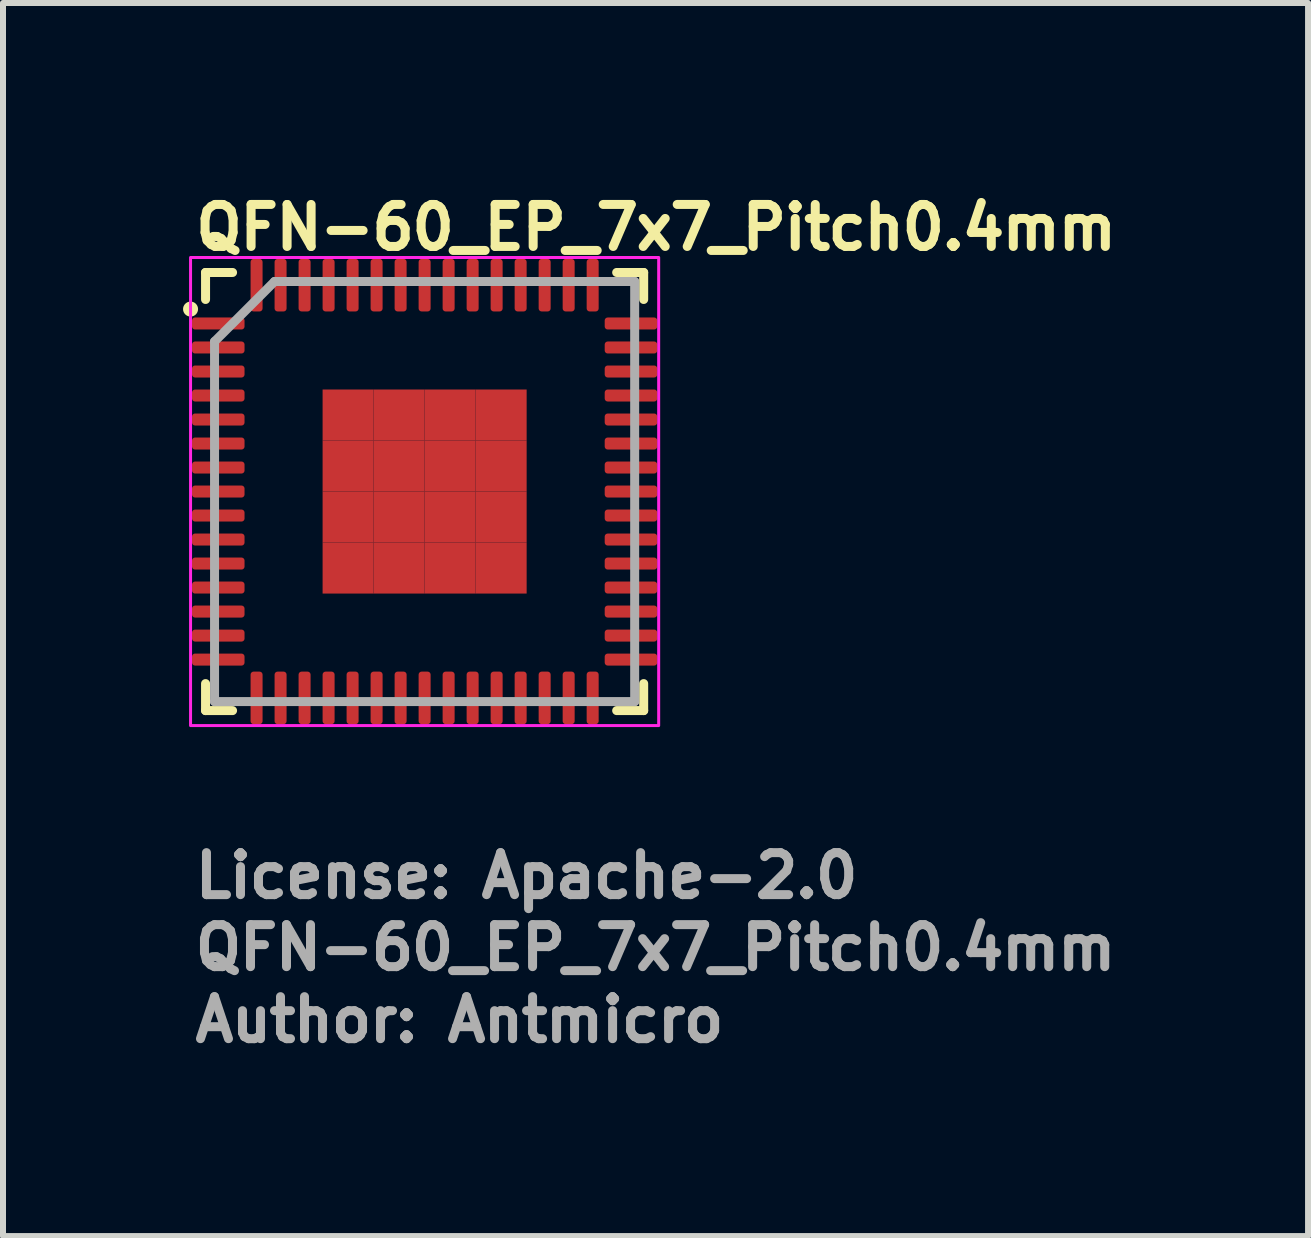
<source format=kicad_pcb>
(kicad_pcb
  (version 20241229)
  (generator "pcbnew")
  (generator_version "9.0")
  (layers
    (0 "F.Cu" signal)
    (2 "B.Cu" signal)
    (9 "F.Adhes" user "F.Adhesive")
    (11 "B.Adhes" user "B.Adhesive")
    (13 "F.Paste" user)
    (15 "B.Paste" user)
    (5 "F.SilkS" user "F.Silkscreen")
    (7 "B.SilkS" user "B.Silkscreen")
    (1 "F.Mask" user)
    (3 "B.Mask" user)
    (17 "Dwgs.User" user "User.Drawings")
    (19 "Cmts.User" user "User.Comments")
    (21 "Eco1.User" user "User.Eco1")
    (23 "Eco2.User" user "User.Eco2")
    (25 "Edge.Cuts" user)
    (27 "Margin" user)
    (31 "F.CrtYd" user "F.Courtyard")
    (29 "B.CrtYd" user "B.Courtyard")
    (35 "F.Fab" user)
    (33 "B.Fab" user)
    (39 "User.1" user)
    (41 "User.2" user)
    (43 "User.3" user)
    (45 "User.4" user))
  (footprint "QFN-60_EP_7x7_Pitch0.4mm"
    (layer "F.Cu")
    (at 4.025 5.14)
    (property "Reference" "QFN-60_EP_7x7_Pitch0.4mm" (at -3.89 -3.99 0) (layer "F.SilkS") (effects (font (size 0.7 0.7) (thickness 0.15)) (justify left bottom)))
    (attr smd)
    (fp_line (start -3.65 -3.65) (end -3.2 -3.65) (stroke (width 0.15) (type solid)) (layer "F.SilkS"))
    (fp_line (start -3.65 -3.2) (end -3.65 -3.65) (stroke (width 0.15) (type solid)) (layer "F.SilkS"))
    (fp_line (start -3.65 3.65) (end -3.65 3.2) (stroke (width 0.15) (type solid)) (layer "F.SilkS"))
    (fp_line (start -3.2 3.65) (end -3.65 3.65) (stroke (width 0.15) (type solid)) (layer "F.SilkS"))
    (fp_line (start 3.2 -3.65) (end 3.65 -3.65) (stroke (width 0.15) (type solid)) (layer "F.SilkS"))
    (fp_line (start 3.2 3.65) (end 3.65 3.65) (stroke (width 0.15) (type solid)) (layer "F.SilkS"))
    (fp_line (start 3.65 -3.65) (end 3.65 -3.2) (stroke (width 0.15) (type solid)) (layer "F.SilkS"))
    (fp_line (start 3.65 3.65) (end 3.65 3.2) (stroke (width 0.15) (type solid)) (layer "F.SilkS"))
    (fp_circle (center -3.9 -3.04) (end -3.85 -3.04) (stroke (width 0.15) (type solid)) (fill yes) (layer "F.SilkS"))
    (fp_rect (start -3.9 -3.9) (end 3.9 3.9) (stroke (width 0.05) (type solid)) (fill no) (layer "F.CrtYd"))
    (fp_line (start -3.5 -2.5) (end -3.5 3.5) (stroke (width 0.15) (type solid)) (layer "F.Fab"))
    (fp_line (start -3.5 3.5) (end 3.5 3.5) (stroke (width 0.15) (type solid)) (layer "F.Fab"))
    (fp_line (start -2.5 -3.5) (end -3.5 -2.5) (stroke (width 0.15) (type solid)) (layer "F.Fab"))
    (fp_line (start 3.5 -3.5) (end -2.5 -3.5) (stroke (width 0.15) (type solid)) (layer "F.Fab"))
    (fp_line (start 3.5 3.5) (end 3.5 -3.5) (stroke (width 0.15) (type solid)) (layer "F.Fab"))
    (fp_rect (start -3.5 -3.5) (end 3.5 3.5) (stroke (width 0.1) (type solid)) (fill no) (layer "User.5"))
    (fp_line (start -3.5 -2.9) (end -3.5 -2.7) (stroke (width 0.02) (type solid)) (layer "User.9"))
    (fp_line (start -3.5 -2.7) (end -3.49 -2.7) (stroke (width 0.02) (type solid)) (layer "User.9"))
    (fp_line (start -3.5 -2.5) (end -3.5 -2.3) (stroke (width 0.02) (type solid)) (layer "User.9"))
    (fp_line (start -3.5 -2.3) (end -3.49 -2.3) (stroke (width 0.02) (type solid)) (layer "User.9"))
    (fp_line (start -3.5 -2.1) (end -3.5 -1.9) (stroke (width 0.02) (type solid)) (layer "User.9"))
    (fp_line (start -3.5 -1.9) (end -3.49 -1.9) (stroke (width 0.02) (type solid)) (layer "User.9"))
    (fp_line (start -3.5 -1.7) (end -3.5 -1.5) (stroke (width 0.02) (type solid)) (layer "User.9"))
    (fp_line (start -3.5 -1.5) (end -3.49 -1.5) (stroke (width 0.02) (type solid)) (layer "User.9"))
    (fp_line (start -3.5 -1.3) (end -3.5 -1.1) (stroke (width 0.02) (type solid)) (layer "User.9"))
    (fp_line (start -3.5 -1.1) (end -3.49 -1.1) (stroke (width 0.02) (type solid)) (layer "User.9"))
    (fp_line (start -3.5 -0.9) (end -3.5 -0.7) (stroke (width 0.02) (type solid)) (layer "User.9"))
    (fp_line (start -3.5 -0.7) (end -3.49 -0.7) (stroke (width 0.02) (type solid)) (layer "User.9"))
    (fp_line (start -3.5 -0.5) (end -3.5 -0.3) (stroke (width 0.02) (type solid)) (layer "User.9"))
    (fp_line (start -3.5 -0.3) (end -3.49 -0.3) (stroke (width 0.02) (type solid)) (layer "User.9"))
    (fp_line (start -3.5 -0.1) (end -3.5 0.1) (stroke (width 0.02) (type solid)) (layer "User.9"))
    (fp_line (start -3.5 0.1) (end -3.49 0.1) (stroke (width 0.02) (type solid)) (layer "User.9"))
    (fp_line (start -3.5 0.3) (end -3.5 0.5) (stroke (width 0.02) (type solid)) (layer "User.9"))
    (fp_line (start -3.5 0.5) (end -3.49 0.5) (stroke (width 0.02) (type solid)) (layer "User.9"))
    (fp_line (start -3.5 0.7) (end -3.5 0.9) (stroke (width 0.02) (type solid)) (layer "User.9"))
    (fp_line (start -3.5 0.9) (end -3.49 0.9) (stroke (width 0.02) (type solid)) (layer "User.9"))
    (fp_line (start -3.5 1.1) (end -3.5 1.3) (stroke (width 0.02) (type solid)) (layer "User.9"))
    (fp_line (start -3.5 1.3) (end -3.49 1.3) (stroke (width 0.02) (type solid)) (layer "User.9"))
    (fp_line (start -3.5 1.5) (end -3.5 1.7) (stroke (width 0.02) (type solid)) (layer "User.9"))
    (fp_line (start -3.5 1.7) (end -3.49 1.7) (stroke (width 0.02) (type solid)) (layer "User.9"))
    (fp_line (start -3.5 1.9) (end -3.5 2.1) (stroke (width 0.02) (type solid)) (layer "User.9"))
    (fp_line (start -3.5 2.1) (end -3.49 2.1) (stroke (width 0.02) (type solid)) (layer "User.9"))
    (fp_line (start -3.5 2.3) (end -3.5 2.5) (stroke (width 0.02) (type solid)) (layer "User.9"))
    (fp_line (start -3.5 2.5) (end -3.49 2.5) (stroke (width 0.02) (type solid)) (layer "User.9"))
    (fp_line (start -3.5 2.7) (end -3.5 2.9) (stroke (width 0.02) (type solid)) (layer "User.9"))
    (fp_line (start -3.5 2.9) (end -3.49 2.9) (stroke (width 0.02) (type solid)) (layer "User.9"))
    (fp_line (start -3.49 -3.49) (end -3.49 3.49) (stroke (width 0.02) (type solid)) (layer "User.9"))
    (fp_line (start -3.49 -3.49) (end 3.49 -3.49) (stroke (width 0.02) (type solid)) (layer "User.9"))
    (fp_line (start -3.49 -2.9) (end -3.5 -2.9) (stroke (width 0.02) (type solid)) (layer "User.9"))
    (fp_line (start -3.49 -2.5) (end -3.5 -2.5) (stroke (width 0.02) (type solid)) (layer "User.9"))
    (fp_line (start -3.49 -2.1) (end -3.5 -2.1) (stroke (width 0.02) (type solid)) (layer "User.9"))
    (fp_line (start -3.49 -1.7) (end -3.5 -1.7) (stroke (width 0.02) (type solid)) (layer "User.9"))
    (fp_line (start -3.49 -1.3) (end -3.5 -1.3) (stroke (width 0.02) (type solid)) (layer "User.9"))
    (fp_line (start -3.49 -0.9) (end -3.5 -0.9) (stroke (width 0.02) (type solid)) (layer "User.9"))
    (fp_line (start -3.49 -0.5) (end -3.5 -0.5) (stroke (width 0.02) (type solid)) (layer "User.9"))
    (fp_line (start -3.49 -0.1) (end -3.5 -0.1) (stroke (width 0.02) (type solid)) (layer "User.9"))
    (fp_line (start -3.49 0.3) (end -3.5 0.3) (stroke (width 0.02) (type solid)) (layer "User.9"))
    (fp_line (start -3.49 0.7) (end -3.5 0.7) (stroke (width 0.02) (type solid)) (layer "User.9"))
    (fp_line (start -3.49 1.1) (end -3.5 1.1) (stroke (width 0.02) (type solid)) (layer "User.9"))
    (fp_line (start -3.49 1.5) (end -3.5 1.5) (stroke (width 0.02) (type solid)) (layer "User.9"))
    (fp_line (start -3.49 1.9) (end -3.5 1.9) (stroke (width 0.02) (type solid)) (layer "User.9"))
    (fp_line (start -3.49 2.3) (end -3.5 2.3) (stroke (width 0.02) (type solid)) (layer "User.9"))
    (fp_line (start -3.49 2.7) (end -3.5 2.7) (stroke (width 0.02) (type solid)) (layer "User.9"))
    (fp_line (start -3.49 3.49) (end 3.49 3.49) (stroke (width 0.02) (type solid)) (layer "User.9"))
    (fp_line (start -2.9 -3.5) (end -2.9 -3.49) (stroke (width 0.02) (type solid)) (layer "User.9"))
    (fp_line (start -2.9 3.49) (end -2.9 3.5) (stroke (width 0.02) (type solid)) (layer "User.9"))
    (fp_line (start -2.9 3.5) (end -2.7 3.5) (stroke (width 0.02) (type solid)) (layer "User.9"))
    (fp_line (start -2.8 -2.762) (end -2.794 -2.81) (stroke (width 0.02) (type solid)) (layer "User.9"))
    (fp_line (start -2.798 -2.714) (end -2.8 -2.762) (stroke (width 0.02) (type solid)) (layer "User.9"))
    (fp_line (start -2.794 -2.81) (end -2.781 -2.856) (stroke (width 0.02) (type solid)) (layer "User.9"))
    (fp_line (start -2.788 -2.667) (end -2.798 -2.714) (stroke (width 0.02) (type solid)) (layer "User.9"))
    (fp_line (start -2.781 -2.856) (end -2.76 -2.9) (stroke (width 0.02) (type solid)) (layer "User.9"))
    (fp_line (start -2.771 -2.621) (end -2.788 -2.667) (stroke (width 0.02) (type solid)) (layer "User.9"))
    (fp_line (start -2.76 -2.9) (end -2.732 -2.94) (stroke (width 0.02) (type solid)) (layer "User.9"))
    (fp_line (start -2.747 -2.58) (end -2.771 -2.621) (stroke (width 0.02) (type solid)) (layer "User.9"))
    (fp_line (start -2.732 -2.94) (end -2.699 -2.975) (stroke (width 0.02) (type solid)) (layer "User.9"))
    (fp_line (start -2.716 -2.542) (end -2.747 -2.58) (stroke (width 0.02) (type solid)) (layer "User.9"))
    (fp_line (start -2.7 -3.5) (end -2.9 -3.5) (stroke (width 0.02) (type solid)) (layer "User.9"))
    (fp_line (start -2.7 -3.49) (end -2.7 -3.5) (stroke (width 0.02) (type solid)) (layer "User.9"))
    (fp_line (start -2.7 3.5) (end -2.7 3.49) (stroke (width 0.02) (type solid)) (layer "User.9"))
    (fp_line (start -2.699 -2.975) (end -2.66 -3.004) (stroke (width 0.02) (type solid)) (layer "User.9"))
    (fp_line (start -2.68 -2.51) (end -2.716 -2.542) (stroke (width 0.02) (type solid)) (layer "User.9"))
    (fp_line (start -2.66 -3.004) (end -2.618 -3.026) (stroke (width 0.02) (type solid)) (layer "User.9"))
    (fp_line (start -2.639 -2.484) (end -2.68 -2.51) (stroke (width 0.02) (type solid)) (layer "User.9"))
    (fp_line (start -2.618 -3.026) (end -2.572 -3.041) (stroke (width 0.02) (type solid)) (layer "User.9"))
    (fp_line (start -2.595 -2.465) (end -2.639 -2.484) (stroke (width 0.02) (type solid)) (layer "User.9"))
    (fp_line (start -2.572 -3.041) (end -2.524 -3.049) (stroke (width 0.02) (type solid)) (layer "User.9"))
    (fp_line (start -2.548 -2.454) (end -2.595 -2.465) (stroke (width 0.02) (type solid)) (layer "User.9"))
    (fp_line (start -2.524 -3.049) (end -2.476 -3.049) (stroke (width 0.02) (type solid)) (layer "User.9"))
    (fp_line (start -2.5 -3.5) (end -2.5 -3.49) (stroke (width 0.02) (type solid)) (layer "User.9"))
    (fp_line (start -2.5 -2.45) (end -2.548 -2.454) (stroke (width 0.02) (type solid)) (layer "User.9"))
    (fp_line (start -2.5 3.49) (end -2.5 3.5) (stroke (width 0.02) (type solid)) (layer "User.9"))
    (fp_line (start -2.5 3.5) (end -2.3 3.5) (stroke (width 0.02) (type solid)) (layer "User.9"))
    (fp_line (start -2.476 -3.049) (end -2.428 -3.041) (stroke (width 0.02) (type solid)) (layer "User.9"))
    (fp_line (start -2.452 -2.454) (end -2.5 -2.45) (stroke (width 0.02) (type solid)) (layer "User.9"))
    (fp_line (start -2.428 -3.041) (end -2.382 -3.026) (stroke (width 0.02) (type solid)) (layer "User.9"))
    (fp_line (start -2.405 -2.465) (end -2.452 -2.454) (stroke (width 0.02) (type solid)) (layer "User.9"))
    (fp_line (start -2.382 -3.026) (end -2.34 -3.004) (stroke (width 0.02) (type solid)) (layer "User.9"))
    (fp_line (start -2.361 -2.484) (end -2.405 -2.465) (stroke (width 0.02) (type solid)) (layer "User.9"))
    (fp_line (start -2.34 -3.004) (end -2.301 -2.975) (stroke (width 0.02) (type solid)) (layer "User.9"))
    (fp_line (start -2.32 -2.51) (end -2.361 -2.484) (stroke (width 0.02) (type solid)) (layer "User.9"))
    (fp_line (start -2.301 -2.975) (end -2.268 -2.94) (stroke (width 0.02) (type solid)) (layer "User.9"))
    (fp_line (start -2.3 -3.5) (end -2.5 -3.5) (stroke (width 0.02) (type solid)) (layer "User.9"))
    (fp_line (start -2.3 -3.49) (end -2.3 -3.5) (stroke (width 0.02) (type solid)) (layer "User.9"))
    (fp_line (start -2.3 3.5) (end -2.3 3.49) (stroke (width 0.02) (type solid)) (layer "User.9"))
    (fp_line (start -2.284 -2.542) (end -2.32 -2.51) (stroke (width 0.02) (type solid)) (layer "User.9"))
    (fp_line (start -2.268 -2.94) (end -2.24 -2.9) (stroke (width 0.02) (type solid)) (layer "User.9"))
    (fp_line (start -2.253 -2.58) (end -2.284 -2.542) (stroke (width 0.02) (type solid)) (layer "User.9"))
    (fp_line (start -2.24 -2.9) (end -2.219 -2.856) (stroke (width 0.02) (type solid)) (layer "User.9"))
    (fp_line (start -2.229 -2.621) (end -2.253 -2.58) (stroke (width 0.02) (type solid)) (layer "User.9"))
    (fp_line (start -2.219 -2.856) (end -2.206 -2.81) (stroke (width 0.02) (type solid)) (layer "User.9"))
    (fp_line (start -2.212 -2.667) (end -2.229 -2.621) (stroke (width 0.02) (type solid)) (layer "User.9"))
    (fp_line (start -2.206 -2.81) (end -2.2 -2.762) (stroke (width 0.02) (type solid)) (layer "User.9"))
    (fp_line (start -2.202 -2.714) (end -2.212 -2.667) (stroke (width 0.02) (type solid)) (layer "User.9"))
    (fp_line (start -2.2 -2.762) (end -2.202 -2.714) (stroke (width 0.02) (type solid)) (layer "User.9"))
    (fp_line (start -2.1 -3.5) (end -2.1 -3.49) (stroke (width 0.02) (type solid)) (layer "User.9"))
    (fp_line (start -2.1 3.49) (end -2.1 3.5) (stroke (width 0.02) (type solid)) (layer "User.9"))
    (fp_line (start -2.1 3.5) (end -1.9 3.5) (stroke (width 0.02) (type solid)) (layer "User.9"))
    (fp_line (start -1.9 -3.5) (end -2.1 -3.5) (stroke (width 0.02) (type solid)) (layer "User.9"))
    (fp_line (start -1.9 -3.49) (end -1.9 -3.5) (stroke (width 0.02) (type solid)) (layer "User.9"))
    (fp_line (start -1.9 3.5) (end -1.9 3.49) (stroke (width 0.02) (type solid)) (layer "User.9"))
    (fp_line (start -1.7 -3.5) (end -1.7 -3.49) (stroke (width 0.02) (type solid)) (layer "User.9"))
    (fp_line (start -1.7 3.49) (end -1.7 3.5) (stroke (width 0.02) (type solid)) (layer "User.9"))
    (fp_line (start -1.7 3.5) (end -1.5 3.5) (stroke (width 0.02) (type solid)) (layer "User.9"))
    (fp_line (start -1.5 -3.5) (end -1.7 -3.5) (stroke (width 0.02) (type solid)) (layer "User.9"))
    (fp_line (start -1.5 -3.49) (end -1.5 -3.5) (stroke (width 0.02) (type solid)) (layer "User.9"))
    (fp_line (start -1.5 3.5) (end -1.5 3.49) (stroke (width 0.02) (type solid)) (layer "User.9"))
    (fp_line (start -1.3 -3.5) (end -1.3 -3.49) (stroke (width 0.02) (type solid)) (layer "User.9"))
    (fp_line (start -1.3 3.49) (end -1.3 3.5) (stroke (width 0.02) (type solid)) (layer "User.9"))
    (fp_line (start -1.3 3.5) (end -1.1 3.5) (stroke (width 0.02) (type solid)) (layer "User.9"))
    (fp_line (start -1.1 -3.5) (end -1.3 -3.5) (stroke (width 0.02) (type solid)) (layer "User.9"))
    (fp_line (start -1.1 -3.49) (end -1.1 -3.5) (stroke (width 0.02) (type solid)) (layer "User.9"))
    (fp_line (start -1.1 3.5) (end -1.1 3.49) (stroke (width 0.02) (type solid)) (layer "User.9"))
    (fp_line (start -0.9 -3.5) (end -0.9 -3.49) (stroke (width 0.02) (type solid)) (layer "User.9"))
    (fp_line (start -0.9 3.49) (end -0.9 3.5) (stroke (width 0.02) (type solid)) (layer "User.9"))
    (fp_line (start -0.9 3.5) (end -0.7 3.5) (stroke (width 0.02) (type solid)) (layer "User.9"))
    (fp_line (start -0.7 -3.5) (end -0.9 -3.5) (stroke (width 0.02) (type solid)) (layer "User.9"))
    (fp_line (start -0.7 -3.49) (end -0.7 -3.5) (stroke (width 0.02) (type solid)) (layer "User.9"))
    (fp_line (start -0.7 3.5) (end -0.7 3.49) (stroke (width 0.02) (type solid)) (layer "User.9"))
    (fp_line (start -0.5 -3.5) (end -0.5 -3.49) (stroke (width 0.02) (type solid)) (layer "User.9"))
    (fp_line (start -0.5 3.49) (end -0.5 3.5) (stroke (width 0.02) (type solid)) (layer "User.9"))
    (fp_line (start -0.5 3.5) (end -0.3 3.5) (stroke (width 0.02) (type solid)) (layer "User.9"))
    (fp_line (start -0.3 -3.5) (end -0.5 -3.5) (stroke (width 0.02) (type solid)) (layer "User.9"))
    (fp_line (start -0.3 -3.49) (end -0.3 -3.5) (stroke (width 0.02) (type solid)) (layer "User.9"))
    (fp_line (start -0.3 3.5) (end -0.3 3.49) (stroke (width 0.02) (type solid)) (layer "User.9"))
    (fp_line (start -0.1 -3.5) (end -0.1 -3.49) (stroke (width 0.02) (type solid)) (layer "User.9"))
    (fp_line (start -0.1 3.49) (end -0.1 3.5) (stroke (width 0.02) (type solid)) (layer "User.9"))
    (fp_line (start -0.1 3.5) (end 0.1 3.5) (stroke (width 0.02) (type solid)) (layer "User.9"))
    (fp_line (start 0.1 -3.5) (end -0.1 -3.5) (stroke (width 0.02) (type solid)) (layer "User.9"))
    (fp_line (start 0.1 -3.49) (end 0.1 -3.5) (stroke (width 0.02) (type solid)) (layer "User.9"))
    (fp_line (start 0.1 3.5) (end 0.1 3.49) (stroke (width 0.02) (type solid)) (layer "User.9"))
    (fp_line (start 0.3 -3.5) (end 0.3 -3.49) (stroke (width 0.02) (type solid)) (layer "User.9"))
    (fp_line (start 0.3 3.49) (end 0.3 3.5) (stroke (width 0.02) (type solid)) (layer "User.9"))
    (fp_line (start 0.3 3.5) (end 0.5 3.5) (stroke (width 0.02) (type solid)) (layer "User.9"))
    (fp_line (start 0.5 -3.5) (end 0.3 -3.5) (stroke (width 0.02) (type solid)) (layer "User.9"))
    (fp_line (start 0.5 -3.49) (end 0.5 -3.5) (stroke (width 0.02) (type solid)) (layer "User.9"))
    (fp_line (start 0.5 3.5) (end 0.5 3.49) (stroke (width 0.02) (type solid)) (layer "User.9"))
    (fp_line (start 0.7 -3.5) (end 0.7 -3.49) (stroke (width 0.02) (type solid)) (layer "User.9"))
    (fp_line (start 0.7 3.49) (end 0.7 3.5) (stroke (width 0.02) (type solid)) (layer "User.9"))
    (fp_line (start 0.7 3.5) (end 0.9 3.5) (stroke (width 0.02) (type solid)) (layer "User.9"))
    (fp_line (start 0.9 -3.5) (end 0.7 -3.5) (stroke (width 0.02) (type solid)) (layer "User.9"))
    (fp_line (start 0.9 -3.49) (end 0.9 -3.5) (stroke (width 0.02) (type solid)) (layer "User.9"))
    (fp_line (start 0.9 3.5) (end 0.9 3.49) (stroke (width 0.02) (type solid)) (layer "User.9"))
    (fp_line (start 1.1 -3.5) (end 1.1 -3.49) (stroke (width 0.02) (type solid)) (layer "User.9"))
    (fp_line (start 1.1 3.49) (end 1.1 3.5) (stroke (width 0.02) (type solid)) (layer "User.9"))
    (fp_line (start 1.1 3.5) (end 1.3 3.5) (stroke (width 0.02) (type solid)) (layer "User.9"))
    (fp_line (start 1.3 -3.5) (end 1.1 -3.5) (stroke (width 0.02) (type solid)) (layer "User.9"))
    (fp_line (start 1.3 -3.49) (end 1.3 -3.5) (stroke (width 0.02) (type solid)) (layer "User.9"))
    (fp_line (start 1.3 3.5) (end 1.3 3.49) (stroke (width 0.02) (type solid)) (layer "User.9"))
    (fp_line (start 1.5 -3.5) (end 1.5 -3.49) (stroke (width 0.02) (type solid)) (layer "User.9"))
    (fp_line (start 1.5 3.49) (end 1.5 3.5) (stroke (width 0.02) (type solid)) (layer "User.9"))
    (fp_line (start 1.5 3.5) (end 1.7 3.5) (stroke (width 0.02) (type solid)) (layer "User.9"))
    (fp_line (start 1.7 -3.5) (end 1.5 -3.5) (stroke (width 0.02) (type solid)) (layer "User.9"))
    (fp_line (start 1.7 -3.49) (end 1.7 -3.5) (stroke (width 0.02) (type solid)) (layer "User.9"))
    (fp_line (start 1.7 3.5) (end 1.7 3.49) (stroke (width 0.02) (type solid)) (layer "User.9"))
    (fp_line (start 1.9 -3.5) (end 1.9 -3.49) (stroke (width 0.02) (type solid)) (layer "User.9"))
    (fp_line (start 1.9 3.49) (end 1.9 3.5) (stroke (width 0.02) (type solid)) (layer "User.9"))
    (fp_line (start 1.9 3.5) (end 2.1 3.5) (stroke (width 0.02) (type solid)) (layer "User.9"))
    (fp_line (start 2.1 -3.5) (end 1.9 -3.5) (stroke (width 0.02) (type solid)) (layer "User.9"))
    (fp_line (start 2.1 -3.49) (end 2.1 -3.5) (stroke (width 0.02) (type solid)) (layer "User.9"))
    (fp_line (start 2.1 3.5) (end 2.1 3.49) (stroke (width 0.02) (type solid)) (layer "User.9"))
    (fp_line (start 2.3 -3.5) (end 2.3 -3.49) (stroke (width 0.02) (type solid)) (layer "User.9"))
    (fp_line (start 2.3 3.49) (end 2.3 3.5) (stroke (width 0.02) (type solid)) (layer "User.9"))
    (fp_line (start 2.3 3.5) (end 2.5 3.5) (stroke (width 0.02) (type solid)) (layer "User.9"))
    (fp_line (start 2.5 -3.5) (end 2.3 -3.5) (stroke (width 0.02) (type solid)) (layer "User.9"))
    (fp_line (start 2.5 -3.49) (end 2.5 -3.5) (stroke (width 0.02) (type solid)) (layer "User.9"))
    (fp_line (start 2.5 3.5) (end 2.5 3.49) (stroke (width 0.02) (type solid)) (layer "User.9"))
    (fp_line (start 2.7 -3.5) (end 2.7 -3.49) (stroke (width 0.02) (type solid)) (layer "User.9"))
    (fp_line (start 2.7 3.49) (end 2.7 3.5) (stroke (width 0.02) (type solid)) (layer "User.9"))
    (fp_line (start 2.7 3.5) (end 2.9 3.5) (stroke (width 0.02) (type solid)) (layer "User.9"))
    (fp_line (start 2.9 -3.5) (end 2.7 -3.5) (stroke (width 0.02) (type solid)) (layer "User.9"))
    (fp_line (start 2.9 -3.49) (end 2.9 -3.5) (stroke (width 0.02) (type solid)) (layer "User.9"))
    (fp_line (start 2.9 3.5) (end 2.9 3.49) (stroke (width 0.02) (type solid)) (layer "User.9"))
    (fp_line (start 3.49 -3.49) (end 3.49 3.49) (stroke (width 0.02) (type solid)) (layer "User.9"))
    (fp_line (start 3.49 -2.7) (end 3.5 -2.7) (stroke (width 0.02) (type solid)) (layer "User.9"))
    (fp_line (start 3.49 -2.3) (end 3.5 -2.3) (stroke (width 0.02) (type solid)) (layer "User.9"))
    (fp_line (start 3.49 -1.9) (end 3.5 -1.9) (stroke (width 0.02) (type solid)) (layer "User.9"))
    (fp_line (start 3.49 -1.5) (end 3.5 -1.5) (stroke (width 0.02) (type solid)) (layer "User.9"))
    (fp_line (start 3.49 -1.1) (end 3.5 -1.1) (stroke (width 0.02) (type solid)) (layer "User.9"))
    (fp_line (start 3.49 -0.7) (end 3.5 -0.7) (stroke (width 0.02) (type solid)) (layer "User.9"))
    (fp_line (start 3.49 -0.3) (end 3.5 -0.3) (stroke (width 0.02) (type solid)) (layer "User.9"))
    (fp_line (start 3.49 0.1) (end 3.5 0.1) (stroke (width 0.02) (type solid)) (layer "User.9"))
    (fp_line (start 3.49 0.5) (end 3.5 0.5) (stroke (width 0.02) (type solid)) (layer "User.9"))
    (fp_line (start 3.49 0.9) (end 3.5 0.9) (stroke (width 0.02) (type solid)) (layer "User.9"))
    (fp_line (start 3.49 1.3) (end 3.5 1.3) (stroke (width 0.02) (type solid)) (layer "User.9"))
    (fp_line (start 3.49 1.7) (end 3.5 1.7) (stroke (width 0.02) (type solid)) (layer "User.9"))
    (fp_line (start 3.49 2.1) (end 3.5 2.1) (stroke (width 0.02) (type solid)) (layer "User.9"))
    (fp_line (start 3.49 2.5) (end 3.5 2.5) (stroke (width 0.02) (type solid)) (layer "User.9"))
    (fp_line (start 3.49 2.9) (end 3.5 2.9) (stroke (width 0.02) (type solid)) (layer "User.9"))
    (fp_line (start 3.5 -2.9) (end 3.49 -2.9) (stroke (width 0.02) (type solid)) (layer "User.9"))
    (fp_line (start 3.5 -2.7) (end 3.5 -2.9) (stroke (width 0.02) (type solid)) (layer "User.9"))
    (fp_line (start 3.5 -2.5) (end 3.49 -2.5) (stroke (width 0.02) (type solid)) (layer "User.9"))
    (fp_line (start 3.5 -2.3) (end 3.5 -2.5) (stroke (width 0.02) (type solid)) (layer "User.9"))
    (fp_line (start 3.5 -2.1) (end 3.49 -2.1) (stroke (width 0.02) (type solid)) (layer "User.9"))
    (fp_line (start 3.5 -1.9) (end 3.5 -2.1) (stroke (width 0.02) (type solid)) (layer "User.9"))
    (fp_line (start 3.5 -1.7) (end 3.49 -1.7) (stroke (width 0.02) (type solid)) (layer "User.9"))
    (fp_line (start 3.5 -1.5) (end 3.5 -1.7) (stroke (width 0.02) (type solid)) (layer "User.9"))
    (fp_line (start 3.5 -1.3) (end 3.49 -1.3) (stroke (width 0.02) (type solid)) (layer "User.9"))
    (fp_line (start 3.5 -1.1) (end 3.5 -1.3) (stroke (width 0.02) (type solid)) (layer "User.9"))
    (fp_line (start 3.5 -0.9) (end 3.49 -0.9) (stroke (width 0.02) (type solid)) (layer "User.9"))
    (fp_line (start 3.5 -0.7) (end 3.5 -0.9) (stroke (width 0.02) (type solid)) (layer "User.9"))
    (fp_line (start 3.5 -0.5) (end 3.49 -0.5) (stroke (width 0.02) (type solid)) (layer "User.9"))
    (fp_line (start 3.5 -0.3) (end 3.5 -0.5) (stroke (width 0.02) (type solid)) (layer "User.9"))
    (fp_line (start 3.5 -0.1) (end 3.49 -0.1) (stroke (width 0.02) (type solid)) (layer "User.9"))
    (fp_line (start 3.5 0.1) (end 3.5 -0.1) (stroke (width 0.02) (type solid)) (layer "User.9"))
    (fp_line (start 3.5 0.3) (end 3.49 0.3) (stroke (width 0.02) (type solid)) (layer "User.9"))
    (fp_line (start 3.5 0.5) (end 3.5 0.3) (stroke (width 0.02) (type solid)) (layer "User.9"))
    (fp_line (start 3.5 0.7) (end 3.49 0.7) (stroke (width 0.02) (type solid)) (layer "User.9"))
    (fp_line (start 3.5 0.9) (end 3.5 0.7) (stroke (width 0.02) (type solid)) (layer "User.9"))
    (fp_line (start 3.5 1.1) (end 3.49 1.1) (stroke (width 0.02) (type solid)) (layer "User.9"))
    (fp_line (start 3.5 1.3) (end 3.5 1.1) (stroke (width 0.02) (type solid)) (layer "User.9"))
    (fp_line (start 3.5 1.5) (end 3.49 1.5) (stroke (width 0.02) (type solid)) (layer "User.9"))
    (fp_line (start 3.5 1.7) (end 3.5 1.5) (stroke (width 0.02) (type solid)) (layer "User.9"))
    (fp_line (start 3.5 1.9) (end 3.49 1.9) (stroke (width 0.02) (type solid)) (layer "User.9"))
    (fp_line (start 3.5 2.1) (end 3.5 1.9) (stroke (width 0.02) (type solid)) (layer "User.9"))
    (fp_line (start 3.5 2.3) (end 3.49 2.3) (stroke (width 0.02) (type solid)) (layer "User.9"))
    (fp_line (start 3.5 2.5) (end 3.5 2.3) (stroke (width 0.02) (type solid)) (layer "User.9"))
    (fp_line (start 3.5 2.7) (end 3.49 2.7) (stroke (width 0.02) (type solid)) (layer "User.9"))
    (fp_line (start 3.5 2.9) (end 3.5 2.7) (stroke (width 0.02) (type solid)) (layer "User.9"))
    (fp_text user "Author: Antmicro" (at -3.9 9.21 0) (layer "F.Fab") (effects (font (size 0.7 0.7) (thickness 0.15)) (justify left bottom)))
    (fp_text user "License: Apache-2.0" (at -3.9 6.81 0) (layer "F.Fab") (effects (font (size 0.7 0.7) (thickness 0.15)) (justify left bottom)))
    (fp_text user "${REFERENCE}" (at -3.9 8.01 0) (layer "F.Fab") (effects (font (size 0.7 0.7) (thickness 0.15)) (justify left bottom)))
    (pad "1" smd roundrect (at -3.438 -2.8 90) (size 0.2 0.875) (layers "F.Cu" "F.Mask" "F.Paste") (roundrect_rratio 0.25))
    (pad "2" smd roundrect (at -3.438 -2.4 90) (size 0.2 0.875) (layers "F.Cu" "F.Mask" "F.Paste") (roundrect_rratio 0.25))
    (pad "3" smd roundrect (at -3.438 -2 90) (size 0.2 0.875) (layers "F.Cu" "F.Mask" "F.Paste") (roundrect_rratio 0.25))
    (pad "4" smd roundrect (at -3.438 -1.6 90) (size 0.2 0.875) (layers "F.Cu" "F.Mask" "F.Paste") (roundrect_rratio 0.25))
    (pad "5" smd roundrect (at -3.438 -1.2 90) (size 0.2 0.875) (layers "F.Cu" "F.Mask" "F.Paste") (roundrect_rratio 0.25))
    (pad "6" smd roundrect (at -3.438 -0.8 90) (size 0.2 0.875) (layers "F.Cu" "F.Mask" "F.Paste") (roundrect_rratio 0.25))
    (pad "7" smd roundrect (at -3.438 -0.4 90) (size 0.2 0.875) (layers "F.Cu" "F.Mask" "F.Paste") (roundrect_rratio 0.25))
    (pad "8" smd roundrect (at -3.438 0 90) (size 0.2 0.875) (layers "F.Cu" "F.Mask" "F.Paste") (roundrect_rratio 0.25))
    (pad "9" smd roundrect (at -3.438 0.4 90) (size 0.2 0.875) (layers "F.Cu" "F.Mask" "F.Paste") (roundrect_rratio 0.25))
    (pad "10" smd roundrect (at -3.438 0.8 90) (size 0.2 0.875) (layers "F.Cu" "F.Mask" "F.Paste") (roundrect_rratio 0.25))
    (pad "11" smd roundrect (at -3.438 1.2 90) (size 0.2 0.875) (layers "F.Cu" "F.Mask" "F.Paste") (roundrect_rratio 0.25))
    (pad "12" smd roundrect (at -3.438 1.6 90) (size 0.2 0.875) (layers "F.Cu" "F.Mask" "F.Paste") (roundrect_rratio 0.25))
    (pad "13" smd roundrect (at -3.438 2 90) (size 0.2 0.875) (layers "F.Cu" "F.Mask" "F.Paste") (roundrect_rratio 0.25))
    (pad "14" smd roundrect (at -3.438 2.4 90) (size 0.2 0.875) (layers "F.Cu" "F.Mask" "F.Paste") (roundrect_rratio 0.25))
    (pad "15" smd roundrect (at -3.438 2.8 90) (size 0.2 0.875) (layers "F.Cu" "F.Mask" "F.Paste") (roundrect_rratio 0.25))
    (pad "16" smd roundrect (at -2.8 3.438) (size 0.2 0.875) (layers "F.Cu" "F.Mask" "F.Paste") (roundrect_rratio 0.25))
    (pad "17" smd roundrect (at -2.4 3.438) (size 0.2 0.875) (layers "F.Cu" "F.Mask" "F.Paste") (roundrect_rratio 0.25))
    (pad "18" smd roundrect (at -2 3.438) (size 0.2 0.875) (layers "F.Cu" "F.Mask" "F.Paste") (roundrect_rratio 0.25))
    (pad "19" smd roundrect (at -1.6 3.438) (size 0.2 0.875) (layers "F.Cu" "F.Mask" "F.Paste") (roundrect_rratio 0.25))
    (pad "20" smd roundrect (at -1.2 3.438) (size 0.2 0.875) (layers "F.Cu" "F.Mask" "F.Paste") (roundrect_rratio 0.25))
    (pad "21" smd roundrect (at -0.8 3.438) (size 0.2 0.875) (layers "F.Cu" "F.Mask" "F.Paste") (roundrect_rratio 0.25))
    (pad "22" smd roundrect (at -0.4 3.438) (size 0.2 0.875) (layers "F.Cu" "F.Mask" "F.Paste") (roundrect_rratio 0.25))
    (pad "23" smd roundrect (at 0 3.438) (size 0.2 0.875) (layers "F.Cu" "F.Mask" "F.Paste") (roundrect_rratio 0.25))
    (pad "24" smd roundrect (at 0.4 3.438) (size 0.2 0.875) (layers "F.Cu" "F.Mask" "F.Paste") (roundrect_rratio 0.25))
    (pad "25" smd roundrect (at 0.8 3.438) (size 0.2 0.875) (layers "F.Cu" "F.Mask" "F.Paste") (roundrect_rratio 0.25))
    (pad "26" smd roundrect (at 1.2 3.438) (size 0.2 0.875) (layers "F.Cu" "F.Mask" "F.Paste") (roundrect_rratio 0.25))
    (pad "27" smd roundrect (at 1.6 3.438) (size 0.2 0.875) (layers "F.Cu" "F.Mask" "F.Paste") (roundrect_rratio 0.25))
    (pad "28" smd roundrect (at 2 3.438) (size 0.2 0.875) (layers "F.Cu" "F.Mask" "F.Paste") (roundrect_rratio 0.25))
    (pad "29" smd roundrect (at 2.4 3.438) (size 0.2 0.875) (layers "F.Cu" "F.Mask" "F.Paste") (roundrect_rratio 0.25))
    (pad "30" smd roundrect (at 2.8 3.438) (size 0.2 0.875) (layers "F.Cu" "F.Mask" "F.Paste") (roundrect_rratio 0.25))
    (pad "31" smd roundrect (at 3.438 2.8 90) (size 0.2 0.875) (layers "F.Cu" "F.Mask" "F.Paste") (roundrect_rratio 0.25))
    (pad "32" smd roundrect (at 3.438 2.4 90) (size 0.2 0.875) (layers "F.Cu" "F.Mask" "F.Paste") (roundrect_rratio 0.25))
    (pad "33" smd roundrect (at 3.438 2 90) (size 0.2 0.875) (layers "F.Cu" "F.Mask" "F.Paste") (roundrect_rratio 0.25))
    (pad "34" smd roundrect (at 3.438 1.6 90) (size 0.2 0.875) (layers "F.Cu" "F.Mask" "F.Paste") (roundrect_rratio 0.25))
    (pad "35" smd roundrect (at 3.438 1.2 90) (size 0.2 0.875) (layers "F.Cu" "F.Mask" "F.Paste") (roundrect_rratio 0.25))
    (pad "36" smd roundrect (at 3.438 0.8 90) (size 0.2 0.875) (layers "F.Cu" "F.Mask" "F.Paste") (roundrect_rratio 0.25))
    (pad "37" smd roundrect (at 3.438 0.4 90) (size 0.2 0.875) (layers "F.Cu" "F.Mask" "F.Paste") (roundrect_rratio 0.25))
    (pad "38" smd roundrect (at 3.438 0 90) (size 0.2 0.875) (layers "F.Cu" "F.Mask" "F.Paste") (roundrect_rratio 0.25))
    (pad "39" smd roundrect (at 3.438 -0.4 90) (size 0.2 0.875) (layers "F.Cu" "F.Mask" "F.Paste") (roundrect_rratio 0.25))
    (pad "40" smd roundrect (at 3.438 -0.8 90) (size 0.2 0.875) (layers "F.Cu" "F.Mask" "F.Paste") (roundrect_rratio 0.25))
    (pad "41" smd roundrect (at 3.438 -1.2 90) (size 0.2 0.875) (layers "F.Cu" "F.Mask" "F.Paste") (roundrect_rratio 0.25))
    (pad "42" smd roundrect (at 3.438 -1.6 90) (size 0.2 0.875) (layers "F.Cu" "F.Mask" "F.Paste") (roundrect_rratio 0.25))
    (pad "43" smd roundrect (at 3.438 -2 90) (size 0.2 0.875) (layers "F.Cu" "F.Mask" "F.Paste") (roundrect_rratio 0.25))
    (pad "44" smd roundrect (at 3.438 -2.4 90) (size 0.2 0.875) (layers "F.Cu" "F.Mask" "F.Paste") (roundrect_rratio 0.25))
    (pad "45" smd roundrect (at 3.438 -2.8 90) (size 0.2 0.875) (layers "F.Cu" "F.Mask" "F.Paste") (roundrect_rratio 0.25))
    (pad "46" smd roundrect (at 2.8 -3.438) (size 0.2 0.875) (layers "F.Cu" "F.Mask" "F.Paste") (roundrect_rratio 0.25))
    (pad "47" smd roundrect (at 2.4 -3.438) (size 0.2 0.875) (layers "F.Cu" "F.Mask" "F.Paste") (roundrect_rratio 0.25))
    (pad "48" smd roundrect (at 2 -3.438) (size 0.2 0.875) (layers "F.Cu" "F.Mask" "F.Paste") (roundrect_rratio 0.25))
    (pad "49" smd roundrect (at 1.6 -3.438) (size 0.2 0.875) (layers "F.Cu" "F.Mask" "F.Paste") (roundrect_rratio 0.25))
    (pad "50" smd roundrect (at 1.2 -3.438) (size 0.2 0.875) (layers "F.Cu" "F.Mask" "F.Paste") (roundrect_rratio 0.25))
    (pad "51" smd roundrect (at 0.8 -3.438) (size 0.2 0.875) (layers "F.Cu" "F.Mask" "F.Paste") (roundrect_rratio 0.25))
    (pad "52" smd roundrect (at 0.4 -3.438) (size 0.2 0.875) (layers "F.Cu" "F.Mask" "F.Paste") (roundrect_rratio 0.25))
    (pad "53" smd roundrect (at 0 -3.438) (size 0.2 0.875) (layers "F.Cu" "F.Mask" "F.Paste") (roundrect_rratio 0.25))
    (pad "54" smd roundrect (at -0.4 -3.438) (size 0.2 0.875) (layers "F.Cu" "F.Mask" "F.Paste") (roundrect_rratio 0.25))
    (pad "55" smd roundrect (at -0.8 -3.438) (size 0.2 0.875) (layers "F.Cu" "F.Mask" "F.Paste") (roundrect_rratio 0.25))
    (pad "56" smd roundrect (at -1.2 -3.438) (size 0.2 0.875) (layers "F.Cu" "F.Mask" "F.Paste") (roundrect_rratio 0.25))
    (pad "57" smd roundrect (at -1.6 -3.438) (size 0.2 0.875) (layers "F.Cu" "F.Mask" "F.Paste") (roundrect_rratio 0.25))
    (pad "58" smd roundrect (at -2 -3.438) (size 0.2 0.875) (layers "F.Cu" "F.Mask" "F.Paste") (roundrect_rratio 0.25))
    (pad "59" smd roundrect (at -2.4 -3.438) (size 0.2 0.875) (layers "F.Cu" "F.Mask" "F.Paste") (roundrect_rratio 0.25))
    (pad "60" smd roundrect (at -2.8 -3.438) (size 0.2 0.875) (layers "F.Cu" "F.Mask" "F.Paste") (roundrect_rratio 0.25))
    (pad "61" smd rect (at -1.275 -1.275) (size 0.85 0.85) (layers "F.Cu" "F.Mask" "F.Paste"))
    (pad "61" smd rect (at -1.275 -0.425) (size 0.85 0.85) (layers "F.Cu" "F.Mask" "F.Paste"))
    (pad "61" smd rect (at -1.275 0.425) (size 0.85 0.85) (layers "F.Cu" "F.Mask" "F.Paste"))
    (pad "61" smd rect (at -1.275 1.275) (size 0.85 0.85) (layers "F.Cu" "F.Mask" "F.Paste"))
    (pad "61" smd rect (at -0.425 -1.275) (size 0.85 0.85) (layers "F.Cu" "F.Mask" "F.Paste"))
    (pad "61" smd rect (at -0.425 -0.425) (size 0.85 0.85) (layers "F.Cu" "F.Mask" "F.Paste"))
    (pad "61" smd rect (at -0.425 0.425) (size 0.85 0.85) (layers "F.Cu" "F.Mask" "F.Paste"))
    (pad "61" smd rect (at -0.425 1.275) (size 0.85 0.85) (layers "F.Cu" "F.Mask" "F.Paste"))
    (pad "61" smd rect (at 0.425 -1.275) (size 0.85 0.85) (layers "F.Cu" "F.Mask" "F.Paste"))
    (pad "61" smd rect (at 0.425 -0.425) (size 0.85 0.85) (layers "F.Cu" "F.Mask" "F.Paste"))
    (pad "61" smd rect (at 0.425 0.425) (size 0.85 0.85) (layers "F.Cu" "F.Mask" "F.Paste"))
    (pad "61" smd rect (at 0.425 1.275) (size 0.85 0.85) (layers "F.Cu" "F.Mask" "F.Paste"))
    (pad "61" smd rect (at 1.275 -1.275) (size 0.85 0.85) (layers "F.Cu" "F.Mask" "F.Paste"))
    (pad "61" smd rect (at 1.275 -0.425) (size 0.85 0.85) (layers "F.Cu" "F.Mask" "F.Paste"))
    (pad "61" smd rect (at 1.275 0.425) (size 0.85 0.85) (layers "F.Cu" "F.Mask" "F.Paste"))
    (pad "61" smd rect (at 1.275 1.275) (size 0.85 0.85) (layers "F.Cu" "F.Mask" "F.Paste")))
  (gr_rect
    (start -3 -3)
    (end 18.745 17.546)
    (stroke (width 0.1) (type default))
    (fill no)
    (layer "Edge.Cuts")))
</source>
